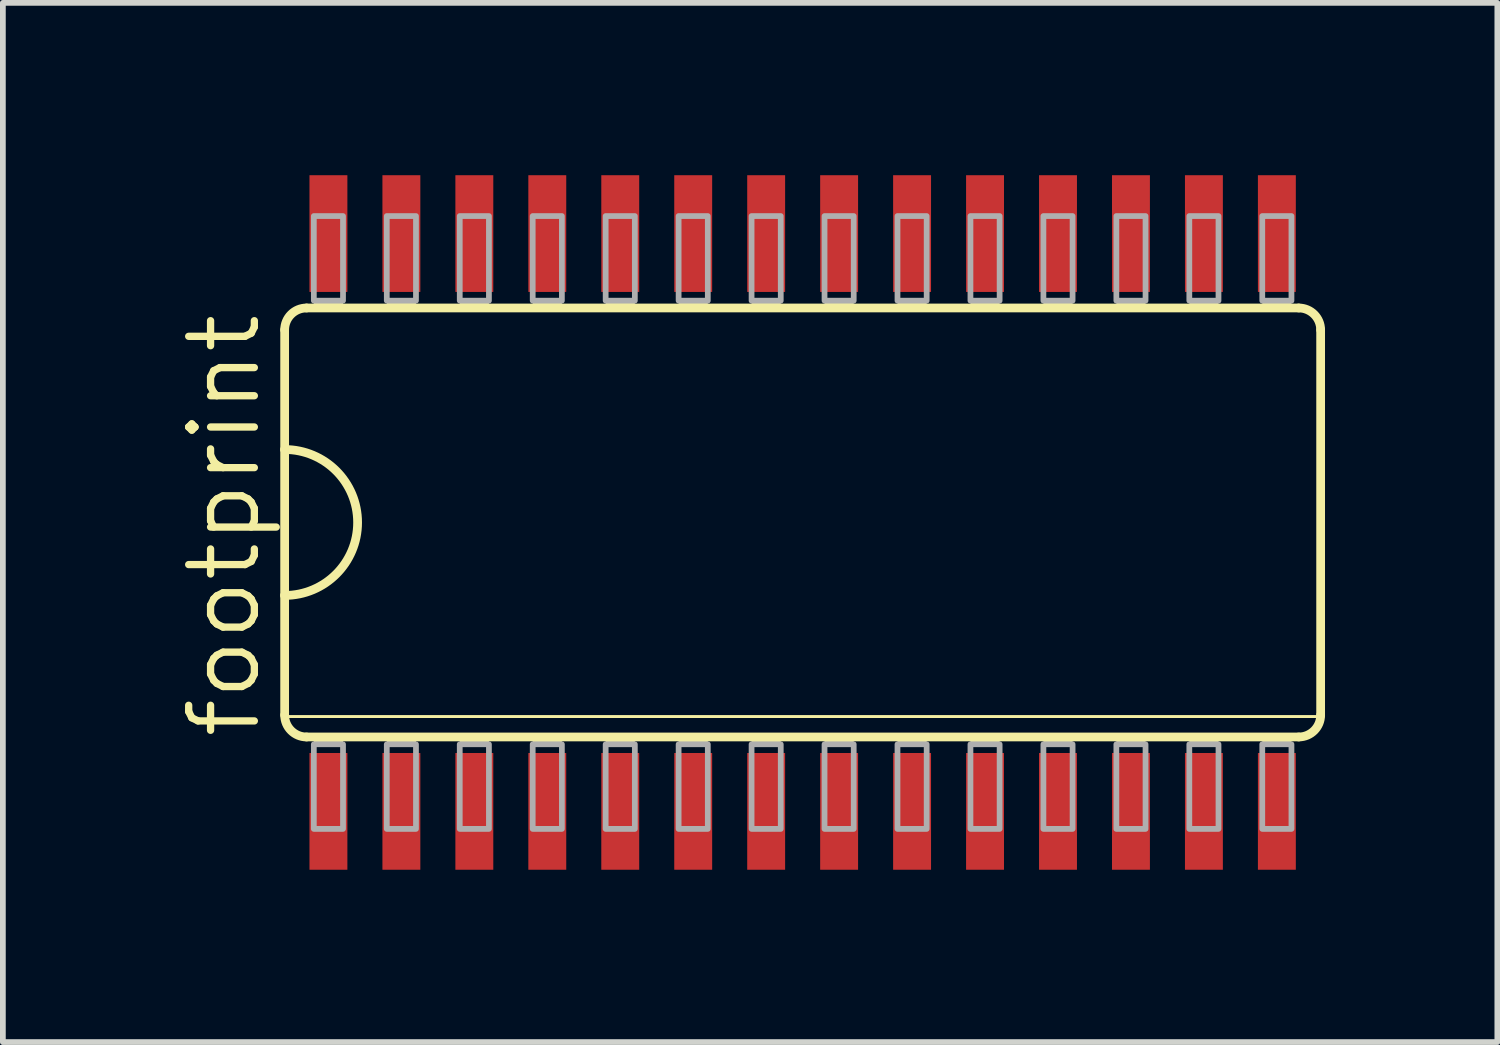
<source format=kicad_pcb>
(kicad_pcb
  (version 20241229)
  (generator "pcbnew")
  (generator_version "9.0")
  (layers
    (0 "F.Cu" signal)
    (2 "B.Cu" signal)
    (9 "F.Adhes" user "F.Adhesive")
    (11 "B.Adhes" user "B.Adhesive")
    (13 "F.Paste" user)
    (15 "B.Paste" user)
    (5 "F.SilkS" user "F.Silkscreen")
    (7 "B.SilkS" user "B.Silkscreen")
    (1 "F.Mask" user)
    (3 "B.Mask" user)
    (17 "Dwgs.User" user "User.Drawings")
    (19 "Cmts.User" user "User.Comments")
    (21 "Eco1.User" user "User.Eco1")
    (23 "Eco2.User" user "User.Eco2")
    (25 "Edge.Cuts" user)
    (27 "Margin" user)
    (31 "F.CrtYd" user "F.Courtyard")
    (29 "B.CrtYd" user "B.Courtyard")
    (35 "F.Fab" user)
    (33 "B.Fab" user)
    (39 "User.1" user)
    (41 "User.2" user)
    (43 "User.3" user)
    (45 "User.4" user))
  (footprint "footprint"
    (layer "F.Cu")
    (at 10.922 6.045)
    (property "Reference" "footprint" (at -9.398 3.81 90) (layer "F.SilkS") (effects (font (size 1.143 1.143) (thickness 0.127)) (justify left bottom)))
    (fp_line (start -9.017 -3.353) (end -9.017 -1.27) (stroke (width 0.152) (type solid)) (layer "F.SilkS"))
    (fp_line (start -9.017 -1.27) (end -9.017 1.27) (stroke (width 0.152) (type solid)) (layer "F.SilkS"))
    (fp_line (start -9.017 1.27) (end -9.017 3.353) (stroke (width 0.152) (type solid)) (layer "F.SilkS"))
    (fp_line (start -9.017 3.378) (end 9.017 3.378) (stroke (width 0.051) (type solid)) (layer "F.SilkS"))
    (fp_line (start -8.636 3.734) (end 8.636 3.734) (stroke (width 0.152) (type solid)) (layer "F.SilkS"))
    (fp_line (start 8.636 -3.734) (end -8.636 -3.734) (stroke (width 0.152) (type solid)) (layer "F.SilkS"))
    (fp_line (start 9.017 3.353) (end 9.017 -3.353) (stroke (width 0.152) (type solid)) (layer "F.SilkS"))
    (fp_arc (start -9.017 -3.3528) (mid -8.905408 -3.622208) (end -8.636 -3.7338) (stroke (width 0.1524) (type solid)) (layer "F.SilkS"))
    (fp_arc (start -9.017 -1.27) (mid -7.747 0) (end -9.017 1.27) (stroke (width 0.1524) (type solid)) (layer "F.SilkS"))
    (fp_arc (start -8.636 3.7338) (mid -8.905408 3.622208) (end -9.017 3.3528) (stroke (width 0.1524) (type solid)) (layer "F.SilkS"))
    (fp_arc (start 8.636 -3.7338) (mid 8.905408 -3.622208) (end 9.017 -3.3528) (stroke (width 0.1524) (type solid)) (layer "F.SilkS"))
    (fp_arc (start 9.017 3.3528) (mid 8.905408 3.622208) (end 8.636 3.7338) (stroke (width 0.1524) (type solid)) (layer "F.SilkS"))
    (fp_poly (pts (xy -8.509 -3.734) (xy -8.001 -3.734) (xy -8.001 -3.861) (xy -8.509 -3.861)) (stroke (width 0) (type solid)) (fill yes) (layer "F.SilkS"))
    (fp_poly (pts (xy -8.509 3.861) (xy -8.001 3.861) (xy -8.001 3.734) (xy -8.509 3.734)) (stroke (width 0) (type solid)) (fill yes) (layer "F.SilkS"))
    (fp_poly (pts (xy -7.239 -3.734) (xy -6.731 -3.734) (xy -6.731 -3.861) (xy -7.239 -3.861)) (stroke (width 0) (type solid)) (fill yes) (layer "F.SilkS"))
    (fp_poly (pts (xy -7.239 3.861) (xy -6.731 3.861) (xy -6.731 3.734) (xy -7.239 3.734)) (stroke (width 0) (type solid)) (fill yes) (layer "F.SilkS"))
    (fp_poly (pts (xy -5.969 -3.734) (xy -5.461 -3.734) (xy -5.461 -3.861) (xy -5.969 -3.861)) (stroke (width 0) (type solid)) (fill yes) (layer "F.SilkS"))
    (fp_poly (pts (xy -5.969 3.861) (xy -5.461 3.861) (xy -5.461 3.734) (xy -5.969 3.734)) (stroke (width 0) (type solid)) (fill yes) (layer "F.SilkS"))
    (fp_poly (pts (xy -4.699 -3.734) (xy -4.191 -3.734) (xy -4.191 -3.861) (xy -4.699 -3.861)) (stroke (width 0) (type solid)) (fill yes) (layer "F.SilkS"))
    (fp_poly (pts (xy -4.699 3.861) (xy -4.191 3.861) (xy -4.191 3.734) (xy -4.699 3.734)) (stroke (width 0) (type solid)) (fill yes) (layer "F.SilkS"))
    (fp_poly (pts (xy -3.429 -3.734) (xy -2.921 -3.734) (xy -2.921 -3.861) (xy -3.429 -3.861)) (stroke (width 0) (type solid)) (fill yes) (layer "F.SilkS"))
    (fp_poly (pts (xy -3.429 3.861) (xy -2.921 3.861) (xy -2.921 3.734) (xy -3.429 3.734)) (stroke (width 0) (type solid)) (fill yes) (layer "F.SilkS"))
    (fp_poly (pts (xy -2.159 -3.734) (xy -1.651 -3.734) (xy -1.651 -3.861) (xy -2.159 -3.861)) (stroke (width 0) (type solid)) (fill yes) (layer "F.SilkS"))
    (fp_poly (pts (xy -2.159 3.861) (xy -1.651 3.861) (xy -1.651 3.734) (xy -2.159 3.734)) (stroke (width 0) (type solid)) (fill yes) (layer "F.SilkS"))
    (fp_poly (pts (xy -0.889 -3.734) (xy -0.381 -3.734) (xy -0.381 -3.861) (xy -0.889 -3.861)) (stroke (width 0) (type solid)) (fill yes) (layer "F.SilkS"))
    (fp_poly (pts (xy -0.889 3.861) (xy -0.381 3.861) (xy -0.381 3.734) (xy -0.889 3.734)) (stroke (width 0) (type solid)) (fill yes) (layer "F.SilkS"))
    (fp_poly (pts (xy 0.381 -3.734) (xy 0.889 -3.734) (xy 0.889 -3.861) (xy 0.381 -3.861)) (stroke (width 0) (type solid)) (fill yes) (layer "F.SilkS"))
    (fp_poly (pts (xy 0.381 3.861) (xy 0.889 3.861) (xy 0.889 3.734) (xy 0.381 3.734)) (stroke (width 0) (type solid)) (fill yes) (layer "F.SilkS"))
    (fp_poly (pts (xy 1.651 -3.734) (xy 2.159 -3.734) (xy 2.159 -3.861) (xy 1.651 -3.861)) (stroke (width 0) (type solid)) (fill yes) (layer "F.SilkS"))
    (fp_poly (pts (xy 1.651 3.861) (xy 2.159 3.861) (xy 2.159 3.734) (xy 1.651 3.734)) (stroke (width 0) (type solid)) (fill yes) (layer "F.SilkS"))
    (fp_poly (pts (xy 2.921 -3.734) (xy 3.429 -3.734) (xy 3.429 -3.861) (xy 2.921 -3.861)) (stroke (width 0) (type solid)) (fill yes) (layer "F.SilkS"))
    (fp_poly (pts (xy 2.921 3.861) (xy 3.429 3.861) (xy 3.429 3.734) (xy 2.921 3.734)) (stroke (width 0) (type solid)) (fill yes) (layer "F.SilkS"))
    (fp_poly (pts (xy 4.191 -3.734) (xy 4.699 -3.734) (xy 4.699 -3.861) (xy 4.191 -3.861)) (stroke (width 0) (type solid)) (fill yes) (layer "F.SilkS"))
    (fp_poly (pts (xy 4.191 3.861) (xy 4.699 3.861) (xy 4.699 3.734) (xy 4.191 3.734)) (stroke (width 0) (type solid)) (fill yes) (layer "F.SilkS"))
    (fp_poly (pts (xy 5.461 -3.734) (xy 5.969 -3.734) (xy 5.969 -3.861) (xy 5.461 -3.861)) (stroke (width 0) (type solid)) (fill yes) (layer "F.SilkS"))
    (fp_poly (pts (xy 5.461 3.861) (xy 5.969 3.861) (xy 5.969 3.734) (xy 5.461 3.734)) (stroke (width 0) (type solid)) (fill yes) (layer "F.SilkS"))
    (fp_poly (pts (xy 6.731 -3.734) (xy 7.239 -3.734) (xy 7.239 -3.861) (xy 6.731 -3.861)) (stroke (width 0) (type solid)) (fill yes) (layer "F.SilkS"))
    (fp_poly (pts (xy 6.731 3.861) (xy 7.239 3.861) (xy 7.239 3.734) (xy 6.731 3.734)) (stroke (width 0) (type solid)) (fill yes) (layer "F.SilkS"))
    (fp_poly (pts (xy 8.001 -3.734) (xy 8.509 -3.734) (xy 8.509 -3.861) (xy 8.001 -3.861)) (stroke (width 0) (type solid)) (fill yes) (layer "F.SilkS"))
    (fp_poly (pts (xy 8.001 3.861) (xy 8.509 3.861) (xy 8.509 3.734) (xy 8.001 3.734)) (stroke (width 0) (type solid)) (fill yes) (layer "F.SilkS"))
    (fp_poly (pts (xy -8.509 -3.861) (xy -8.001 -3.861) (xy -8.001 -5.334) (xy -8.509 -5.334)) (stroke (width 0.1) (type solid)) (fill no) (layer "F.Fab"))
    (fp_poly (pts (xy -8.509 5.334) (xy -8.001 5.334) (xy -8.001 3.861) (xy -8.509 3.861)) (stroke (width 0.1) (type solid)) (fill no) (layer "F.Fab"))
    (fp_poly (pts (xy -7.239 -3.861) (xy -6.731 -3.861) (xy -6.731 -5.334) (xy -7.239 -5.334)) (stroke (width 0.1) (type solid)) (fill no) (layer "F.Fab"))
    (fp_poly (pts (xy -7.239 5.334) (xy -6.731 5.334) (xy -6.731 3.861) (xy -7.239 3.861)) (stroke (width 0.1) (type solid)) (fill no) (layer "F.Fab"))
    (fp_poly (pts (xy -5.969 -3.861) (xy -5.461 -3.861) (xy -5.461 -5.334) (xy -5.969 -5.334)) (stroke (width 0.1) (type solid)) (fill no) (layer "F.Fab"))
    (fp_poly (pts (xy -5.969 5.334) (xy -5.461 5.334) (xy -5.461 3.861) (xy -5.969 3.861)) (stroke (width 0.1) (type solid)) (fill no) (layer "F.Fab"))
    (fp_poly (pts (xy -4.699 -3.861) (xy -4.191 -3.861) (xy -4.191 -5.334) (xy -4.699 -5.334)) (stroke (width 0.1) (type solid)) (fill no) (layer "F.Fab"))
    (fp_poly (pts (xy -4.699 5.334) (xy -4.191 5.334) (xy -4.191 3.861) (xy -4.699 3.861)) (stroke (width 0.1) (type solid)) (fill no) (layer "F.Fab"))
    (fp_poly (pts (xy -3.429 -3.861) (xy -2.921 -3.861) (xy -2.921 -5.334) (xy -3.429 -5.334)) (stroke (width 0.1) (type solid)) (fill no) (layer "F.Fab"))
    (fp_poly (pts (xy -3.429 5.334) (xy -2.921 5.334) (xy -2.921 3.861) (xy -3.429 3.861)) (stroke (width 0.1) (type solid)) (fill no) (layer "F.Fab"))
    (fp_poly (pts (xy -2.159 -3.861) (xy -1.651 -3.861) (xy -1.651 -5.334) (xy -2.159 -5.334)) (stroke (width 0.1) (type solid)) (fill no) (layer "F.Fab"))
    (fp_poly (pts (xy -2.159 5.334) (xy -1.651 5.334) (xy -1.651 3.861) (xy -2.159 3.861)) (stroke (width 0.1) (type solid)) (fill no) (layer "F.Fab"))
    (fp_poly (pts (xy -0.889 -3.861) (xy -0.381 -3.861) (xy -0.381 -5.334) (xy -0.889 -5.334)) (stroke (width 0.1) (type solid)) (fill no) (layer "F.Fab"))
    (fp_poly (pts (xy -0.889 5.334) (xy -0.381 5.334) (xy -0.381 3.861) (xy -0.889 3.861)) (stroke (width 0.1) (type solid)) (fill no) (layer "F.Fab"))
    (fp_poly (pts (xy 0.381 -3.861) (xy 0.889 -3.861) (xy 0.889 -5.334) (xy 0.381 -5.334)) (stroke (width 0.1) (type solid)) (fill no) (layer "F.Fab"))
    (fp_poly (pts (xy 0.381 5.334) (xy 0.889 5.334) (xy 0.889 3.861) (xy 0.381 3.861)) (stroke (width 0.1) (type solid)) (fill no) (layer "F.Fab"))
    (fp_poly (pts (xy 1.651 -3.861) (xy 2.159 -3.861) (xy 2.159 -5.334) (xy 1.651 -5.334)) (stroke (width 0.1) (type solid)) (fill no) (layer "F.Fab"))
    (fp_poly (pts (xy 1.651 5.334) (xy 2.159 5.334) (xy 2.159 3.861) (xy 1.651 3.861)) (stroke (width 0.1) (type solid)) (fill no) (layer "F.Fab"))
    (fp_poly (pts (xy 2.921 -3.861) (xy 3.429 -3.861) (xy 3.429 -5.334) (xy 2.921 -5.334)) (stroke (width 0.1) (type solid)) (fill no) (layer "F.Fab"))
    (fp_poly (pts (xy 2.921 5.334) (xy 3.429 5.334) (xy 3.429 3.861) (xy 2.921 3.861)) (stroke (width 0.1) (type solid)) (fill no) (layer "F.Fab"))
    (fp_poly (pts (xy 4.191 -3.861) (xy 4.699 -3.861) (xy 4.699 -5.334) (xy 4.191 -5.334)) (stroke (width 0.1) (type solid)) (fill no) (layer "F.Fab"))
    (fp_poly (pts (xy 4.191 5.334) (xy 4.699 5.334) (xy 4.699 3.861) (xy 4.191 3.861)) (stroke (width 0.1) (type solid)) (fill no) (layer "F.Fab"))
    (fp_poly (pts (xy 5.461 -3.861) (xy 5.969 -3.861) (xy 5.969 -5.334) (xy 5.461 -5.334)) (stroke (width 0.1) (type solid)) (fill no) (layer "F.Fab"))
    (fp_poly (pts (xy 5.461 5.334) (xy 5.969 5.334) (xy 5.969 3.861) (xy 5.461 3.861)) (stroke (width 0.1) (type solid)) (fill no) (layer "F.Fab"))
    (fp_poly (pts (xy 6.731 -3.861) (xy 7.239 -3.861) (xy 7.239 -5.334) (xy 6.731 -5.334)) (stroke (width 0.1) (type solid)) (fill no) (layer "F.Fab"))
    (fp_poly (pts (xy 6.731 5.334) (xy 7.239 5.334) (xy 7.239 3.861) (xy 6.731 3.861)) (stroke (width 0.1) (type solid)) (fill no) (layer "F.Fab"))
    (fp_poly (pts (xy 8.001 -3.861) (xy 8.509 -3.861) (xy 8.509 -5.334) (xy 8.001 -5.334)) (stroke (width 0.1) (type solid)) (fill no) (layer "F.Fab"))
    (fp_poly (pts (xy 8.001 5.334) (xy 8.509 5.334) (xy 8.509 3.861) (xy 8.001 3.861)) (stroke (width 0.1) (type solid)) (fill no) (layer "F.Fab"))
    (pad "1" smd rect (at -8.255 5.029) (size 0.66 2.032) (layers "F.Cu" "F.Mask" "F.Paste"))
    (pad "2" smd rect (at -6.985 5.029) (size 0.66 2.032) (layers "F.Cu" "F.Mask" "F.Paste"))
    (pad "3" smd rect (at -5.715 5.029) (size 0.66 2.032) (layers "F.Cu" "F.Mask" "F.Paste"))
    (pad "4" smd rect (at -4.445 5.029) (size 0.66 2.032) (layers "F.Cu" "F.Mask" "F.Paste"))
    (pad "5" smd rect (at -3.175 5.029) (size 0.66 2.032) (layers "F.Cu" "F.Mask" "F.Paste"))
    (pad "6" smd rect (at -1.905 5.029) (size 0.66 2.032) (layers "F.Cu" "F.Mask" "F.Paste"))
    (pad "7" smd rect (at -0.635 5.029) (size 0.66 2.032) (layers "F.Cu" "F.Mask" "F.Paste"))
    (pad "8" smd rect (at 0.635 5.029) (size 0.66 2.032) (layers "F.Cu" "F.Mask" "F.Paste"))
    (pad "9" smd rect (at 1.905 5.029) (size 0.66 2.032) (layers "F.Cu" "F.Mask" "F.Paste"))
    (pad "10" smd rect (at 3.175 5.029) (size 0.66 2.032) (layers "F.Cu" "F.Mask" "F.Paste"))
    (pad "11" smd rect (at 4.445 5.029) (size 0.66 2.032) (layers "F.Cu" "F.Mask" "F.Paste"))
    (pad "12" smd rect (at 5.715 5.029) (size 0.66 2.032) (layers "F.Cu" "F.Mask" "F.Paste"))
    (pad "13" smd rect (at 6.985 5.029) (size 0.66 2.032) (layers "F.Cu" "F.Mask" "F.Paste"))
    (pad "14" smd rect (at 8.255 5.029) (size 0.66 2.032) (layers "F.Cu" "F.Mask" "F.Paste"))
    (pad "15" smd rect (at 8.255 -5.029) (size 0.66 2.032) (layers "F.Cu" "F.Mask" "F.Paste"))
    (pad "16" smd rect (at 6.985 -5.029) (size 0.66 2.032) (layers "F.Cu" "F.Mask" "F.Paste"))
    (pad "17" smd rect (at 5.715 -5.029) (size 0.66 2.032) (layers "F.Cu" "F.Mask" "F.Paste"))
    (pad "18" smd rect (at 4.445 -5.029) (size 0.66 2.032) (layers "F.Cu" "F.Mask" "F.Paste"))
    (pad "19" smd rect (at 3.175 -5.029) (size 0.66 2.032) (layers "F.Cu" "F.Mask" "F.Paste"))
    (pad "20" smd rect (at 1.905 -5.029) (size 0.66 2.032) (layers "F.Cu" "F.Mask" "F.Paste"))
    (pad "21" smd rect (at 0.635 -5.029) (size 0.66 2.032) (layers "F.Cu" "F.Mask" "F.Paste"))
    (pad "22" smd rect (at -0.635 -5.029) (size 0.66 2.032) (layers "F.Cu" "F.Mask" "F.Paste"))
    (pad "23" smd rect (at -1.905 -5.029) (size 0.66 2.032) (layers "F.Cu" "F.Mask" "F.Paste"))
    (pad "24" smd rect (at -3.175 -5.029) (size 0.66 2.032) (layers "F.Cu" "F.Mask" "F.Paste"))
    (pad "25" smd rect (at -4.445 -5.029) (size 0.66 2.032) (layers "F.Cu" "F.Mask" "F.Paste"))
    (pad "26" smd rect (at -5.715 -5.029) (size 0.66 2.032) (layers "F.Cu" "F.Mask" "F.Paste"))
    (pad "27" smd rect (at -6.985 -5.029) (size 0.66 2.032) (layers "F.Cu" "F.Mask" "F.Paste"))
    (pad "28" smd rect (at -8.255 -5.029) (size 0.66 2.032) (layers "F.Cu" "F.Mask" "F.Paste")))
  (gr_rect
    (start -3 -3)
    (end 23.015 15.09)
    (stroke (width 0.1) (type default))
    (fill no)
    (layer "Edge.Cuts")))
</source>
